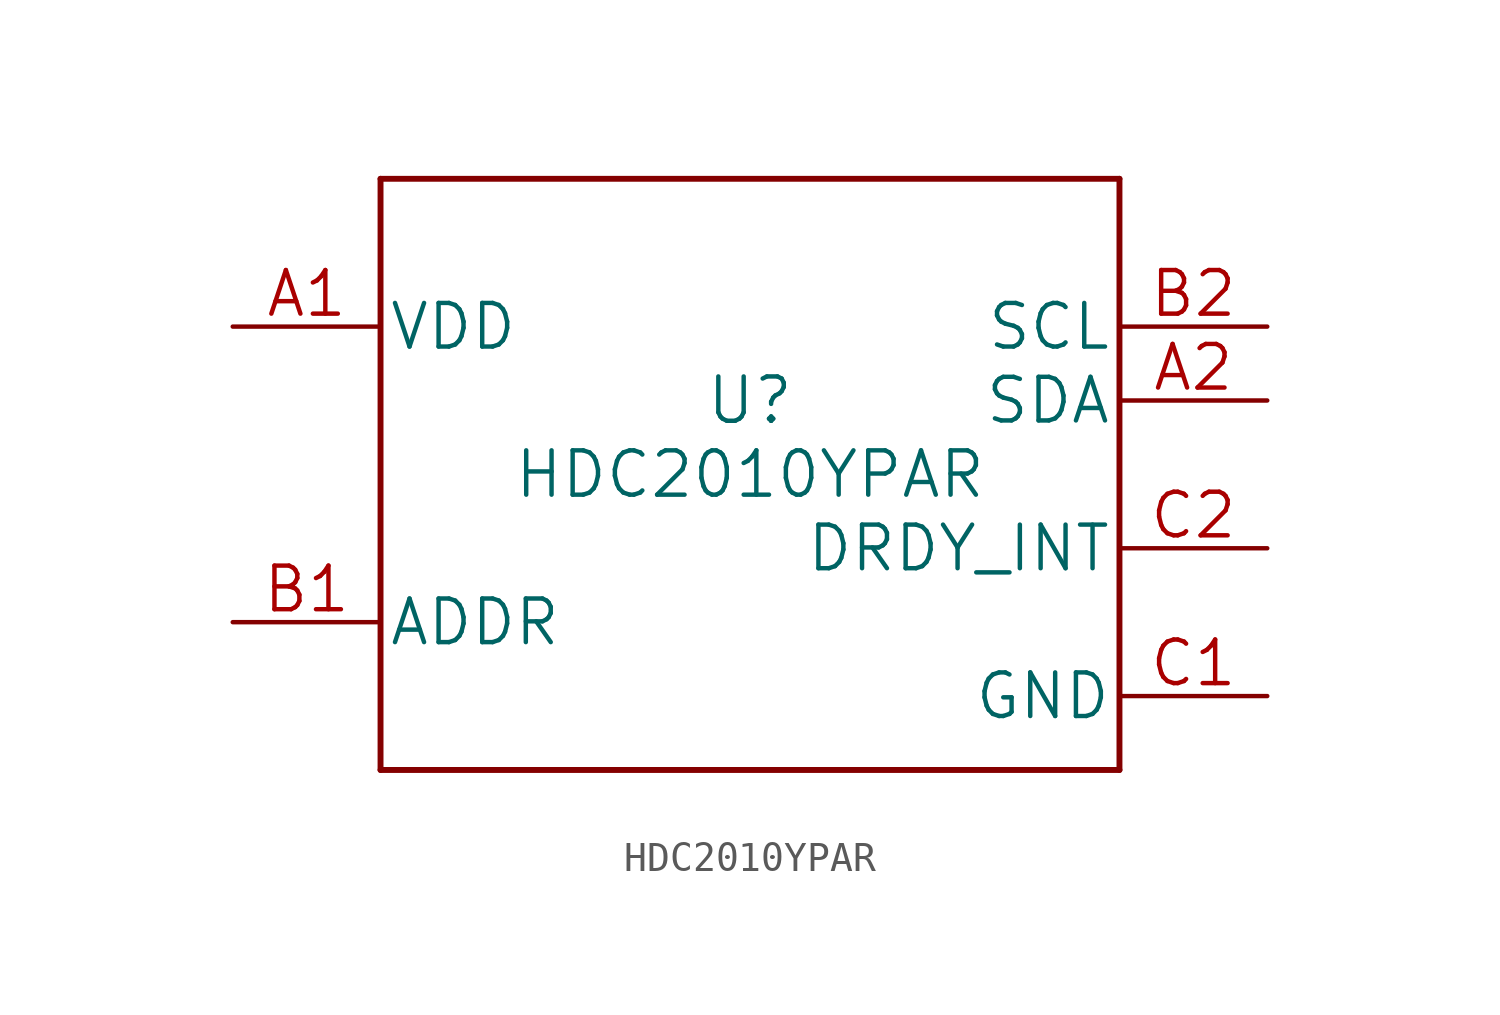
<source format=kicad_sym>
(kicad_symbol_lib
  (version 20211014)
  (generator kicad_symbol_editor)
  (symbol "HDC2010YPAR"
    (pin_names
      (offset 0.254))
    (property "Reference" "U"
      (at 0 2.54 0)
      (effects (font (size 1.524 1.524))))
    (property "Value" "HDC2010YPAR"
      (at 0 0 0)
      (effects (font (size 1.524 1.524))))
    (property "Datasheet" ""
      (at 0 0 0)
      (effects (font (size 1.524 1.524))))
    (symbol "HDC2010YPAR_1_1"
      (polyline (pts (xy -12.7 -10.16) (xy 12.7 -10.16)) (stroke (width 0.203) (type default) (color 0 0 0 0)) (fill (type none)))
      (polyline (pts (xy -12.7 10.16) (xy -12.7 -10.16)) (stroke (width 0.203) (type default) (color 0 0 0 0)) (fill (type none)))
      (polyline (pts (xy 12.7 -10.16) (xy 12.7 10.16)) (stroke (width 0.203) (type default) (color 0 0 0 0)) (fill (type none)))
      (polyline (pts (xy 12.7 10.16) (xy -12.7 10.16)) (stroke (width 0.203) (type default) (color 0 0 0 0)) (fill (type none)))
      (pin power_in line (at -17.78 5.08 0) (length 5.08) (name "VDD" (effects (font (size 1.499 1.499)))) (number "A1" (effects (font (size 1.499 1.499)))))
      (pin bidirectional line (at 17.78 2.54 180) (length 5.08) (name "SDA" (effects (font (size 1.499 1.499)))) (number "A2" (effects (font (size 1.499 1.499)))))
      (pin input line (at -17.78 -5.08 0) (length 5.08) (name "ADDR" (effects (font (size 1.499 1.499)))) (number "B1" (effects (font (size 1.499 1.499)))))
      (pin input line (at 17.78 5.08 180) (length 5.08) (name "SCL" (effects (font (size 1.499 1.499)))) (number "B2" (effects (font (size 1.499 1.499)))))
      (pin power_in line (at 17.78 -7.62 180) (length 5.08) (name "GND" (effects (font (size 1.499 1.499)))) (number "C1" (effects (font (size 1.499 1.499)))))
      (pin output line (at 17.78 -2.54 180) (length 5.08) (name "DRDY_INT" (effects (font (size 1.499 1.499)))) (number "C2" (effects (font (size 1.499 1.499))))))))
</source>
